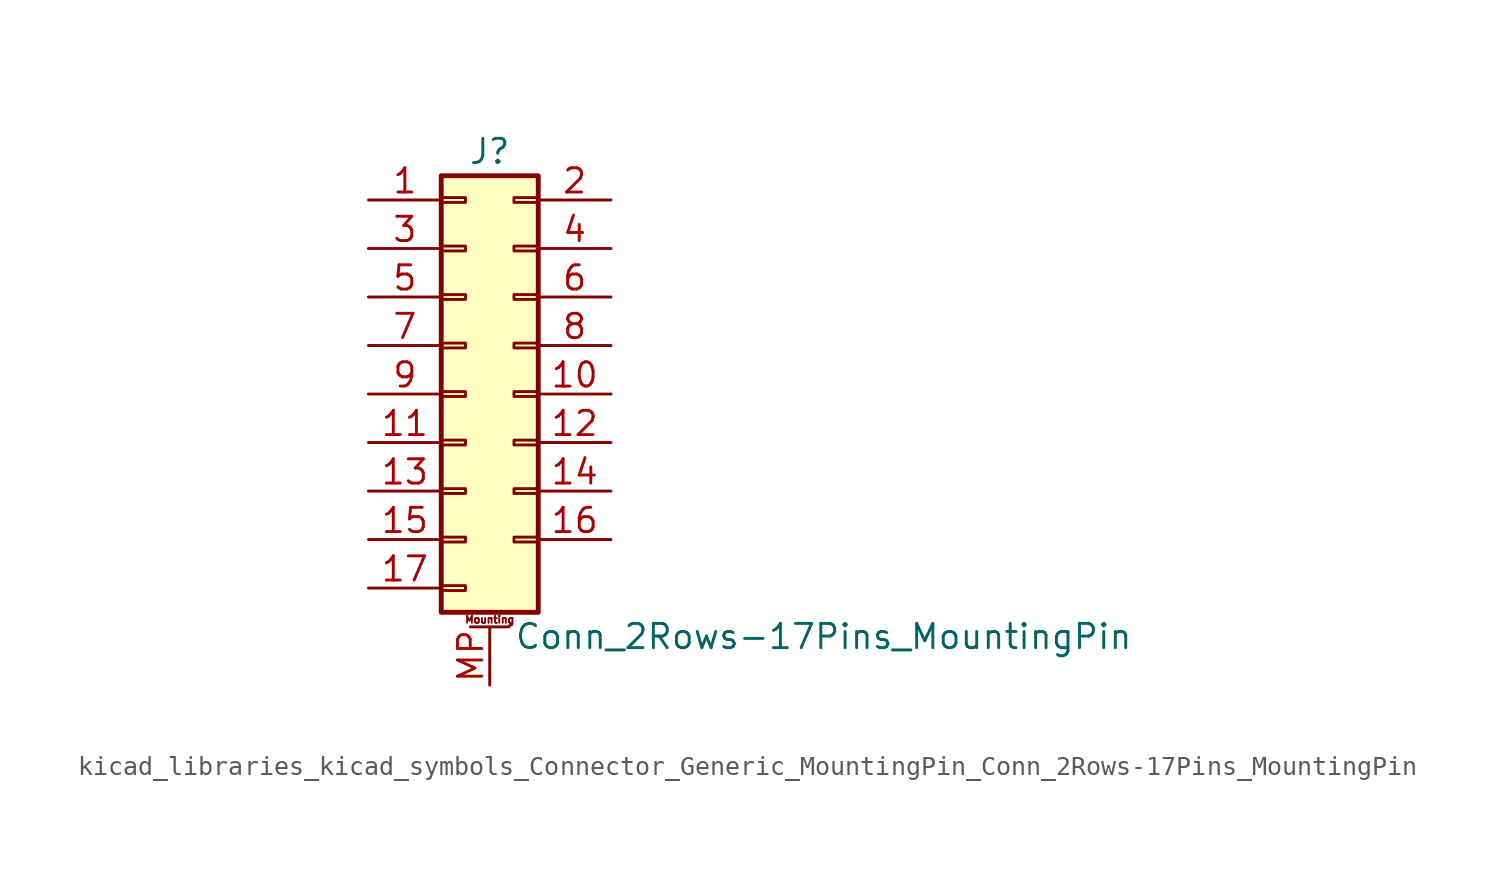
<source format=kicad_sym>
(kicad_symbol_lib
  (version 20220914)
  (generator kicad_symbol_editor)
  (symbol "kicad_libraries_kicad_symbols_Connector_Generic_MountingPin_Conn_2Rows-17Pins_MountingPin"
    (pin_names
      (offset 1.016) hide)
    (property "Reference" "J"
      (at 1.27 12.7 0)
      (effects (font (size 1.27 1.27))))
    (property "Value" "Conn_2Rows-17Pins_MountingPin"
      (at 2.54 -12.7 0)
      (effects (font (size 1.27 1.27)) (justify left)))
    (symbol "kicad_libraries_kicad_symbols_Connector_Generic_MountingPin_Conn_2Rows-17Pins_MountingPin_1_1"
      (rectangle (start -1.27 -10.033) (end 0 -10.287) (stroke (width 0.152) (type default)) (fill (type none)))
      (rectangle (start -1.27 -7.493) (end 0 -7.747) (stroke (width 0.152) (type default)) (fill (type none)))
      (rectangle (start -1.27 -4.953) (end 0 -5.207) (stroke (width 0.152) (type default)) (fill (type none)))
      (rectangle (start -1.27 -2.413) (end 0 -2.667) (stroke (width 0.152) (type default)) (fill (type none)))
      (rectangle (start -1.27 0.127) (end 0 -0.127) (stroke (width 0.152) (type default)) (fill (type none)))
      (rectangle (start -1.27 2.667) (end 0 2.413) (stroke (width 0.152) (type default)) (fill (type none)))
      (rectangle (start -1.27 5.207) (end 0 4.953) (stroke (width 0.152) (type default)) (fill (type none)))
      (rectangle (start -1.27 7.747) (end 0 7.493) (stroke (width 0.152) (type default)) (fill (type none)))
      (rectangle (start -1.27 10.287) (end 0 10.033) (stroke (width 0.152) (type default)) (fill (type none)))
      (rectangle (start -1.27 11.43) (end 3.81 -11.43) (stroke (width 0.254) (type default)) (fill (type background)))
      (polyline (pts (xy 0.254 -12.192) (xy 2.286 -12.192)) (stroke (width 0.152) (type default)) (fill (type none)))
      (rectangle (start 3.81 -7.493) (end 2.54 -7.747) (stroke (width 0.152) (type default)) (fill (type none)))
      (rectangle (start 3.81 -4.953) (end 2.54 -5.207) (stroke (width 0.152) (type default)) (fill (type none)))
      (rectangle (start 3.81 -2.413) (end 2.54 -2.667) (stroke (width 0.152) (type default)) (fill (type none)))
      (rectangle (start 3.81 0.127) (end 2.54 -0.127) (stroke (width 0.152) (type default)) (fill (type none)))
      (rectangle (start 3.81 2.667) (end 2.54 2.413) (stroke (width 0.152) (type default)) (fill (type none)))
      (rectangle (start 3.81 5.207) (end 2.54 4.953) (stroke (width 0.152) (type default)) (fill (type none)))
      (rectangle (start 3.81 7.747) (end 2.54 7.493) (stroke (width 0.152) (type default)) (fill (type none)))
      (rectangle (start 3.81 10.287) (end 2.54 10.033) (stroke (width 0.152) (type default)) (fill (type none)))
      (text "Mounting" (at 1.27 -11.811 0) (effects (font (size 0.381 0.381))))
      (pin passive line (at -5.08 10.16 0) (length 3.81) (name "Pin_1" (effects (font (size 1.27 1.27)))) (number "1" (effects (font (size 1.27 1.27)))))
      (pin passive line (at 7.62 0 180) (length 3.81) (name "Pin_10" (effects (font (size 1.27 1.27)))) (number "10" (effects (font (size 1.27 1.27)))))
      (pin passive line (at -5.08 -2.54 0) (length 3.81) (name "Pin_11" (effects (font (size 1.27 1.27)))) (number "11" (effects (font (size 1.27 1.27)))))
      (pin passive line (at 7.62 -2.54 180) (length 3.81) (name "Pin_12" (effects (font (size 1.27 1.27)))) (number "12" (effects (font (size 1.27 1.27)))))
      (pin passive line (at -5.08 -5.08 0) (length 3.81) (name "Pin_13" (effects (font (size 1.27 1.27)))) (number "13" (effects (font (size 1.27 1.27)))))
      (pin passive line (at 7.62 -5.08 180) (length 3.81) (name "Pin_14" (effects (font (size 1.27 1.27)))) (number "14" (effects (font (size 1.27 1.27)))))
      (pin passive line (at -5.08 -7.62 0) (length 3.81) (name "Pin_15" (effects (font (size 1.27 1.27)))) (number "15" (effects (font (size 1.27 1.27)))))
      (pin passive line (at 7.62 -7.62 180) (length 3.81) (name "Pin_16" (effects (font (size 1.27 1.27)))) (number "16" (effects (font (size 1.27 1.27)))))
      (pin passive line (at -5.08 -10.16 0) (length 3.81) (name "Pin_17" (effects (font (size 1.27 1.27)))) (number "17" (effects (font (size 1.27 1.27)))))
      (pin passive line (at 7.62 10.16 180) (length 3.81) (name "Pin_2" (effects (font (size 1.27 1.27)))) (number "2" (effects (font (size 1.27 1.27)))))
      (pin passive line (at -5.08 7.62 0) (length 3.81) (name "Pin_3" (effects (font (size 1.27 1.27)))) (number "3" (effects (font (size 1.27 1.27)))))
      (pin passive line (at 7.62 7.62 180) (length 3.81) (name "Pin_4" (effects (font (size 1.27 1.27)))) (number "4" (effects (font (size 1.27 1.27)))))
      (pin passive line (at -5.08 5.08 0) (length 3.81) (name "Pin_5" (effects (font (size 1.27 1.27)))) (number "5" (effects (font (size 1.27 1.27)))))
      (pin passive line (at 7.62 5.08 180) (length 3.81) (name "Pin_6" (effects (font (size 1.27 1.27)))) (number "6" (effects (font (size 1.27 1.27)))))
      (pin passive line (at -5.08 2.54 0) (length 3.81) (name "Pin_7" (effects (font (size 1.27 1.27)))) (number "7" (effects (font (size 1.27 1.27)))))
      (pin passive line (at 7.62 2.54 180) (length 3.81) (name "Pin_8" (effects (font (size 1.27 1.27)))) (number "8" (effects (font (size 1.27 1.27)))))
      (pin passive line (at -5.08 0 0) (length 3.81) (name "Pin_9" (effects (font (size 1.27 1.27)))) (number "9" (effects (font (size 1.27 1.27)))))
      (pin passive line (at 1.27 -15.24 90) (length 3.048) (name "MountPin" (effects (font (size 1.27 1.27)))) (number "MP" (effects (font (size 1.27 1.27))))))))
</source>
